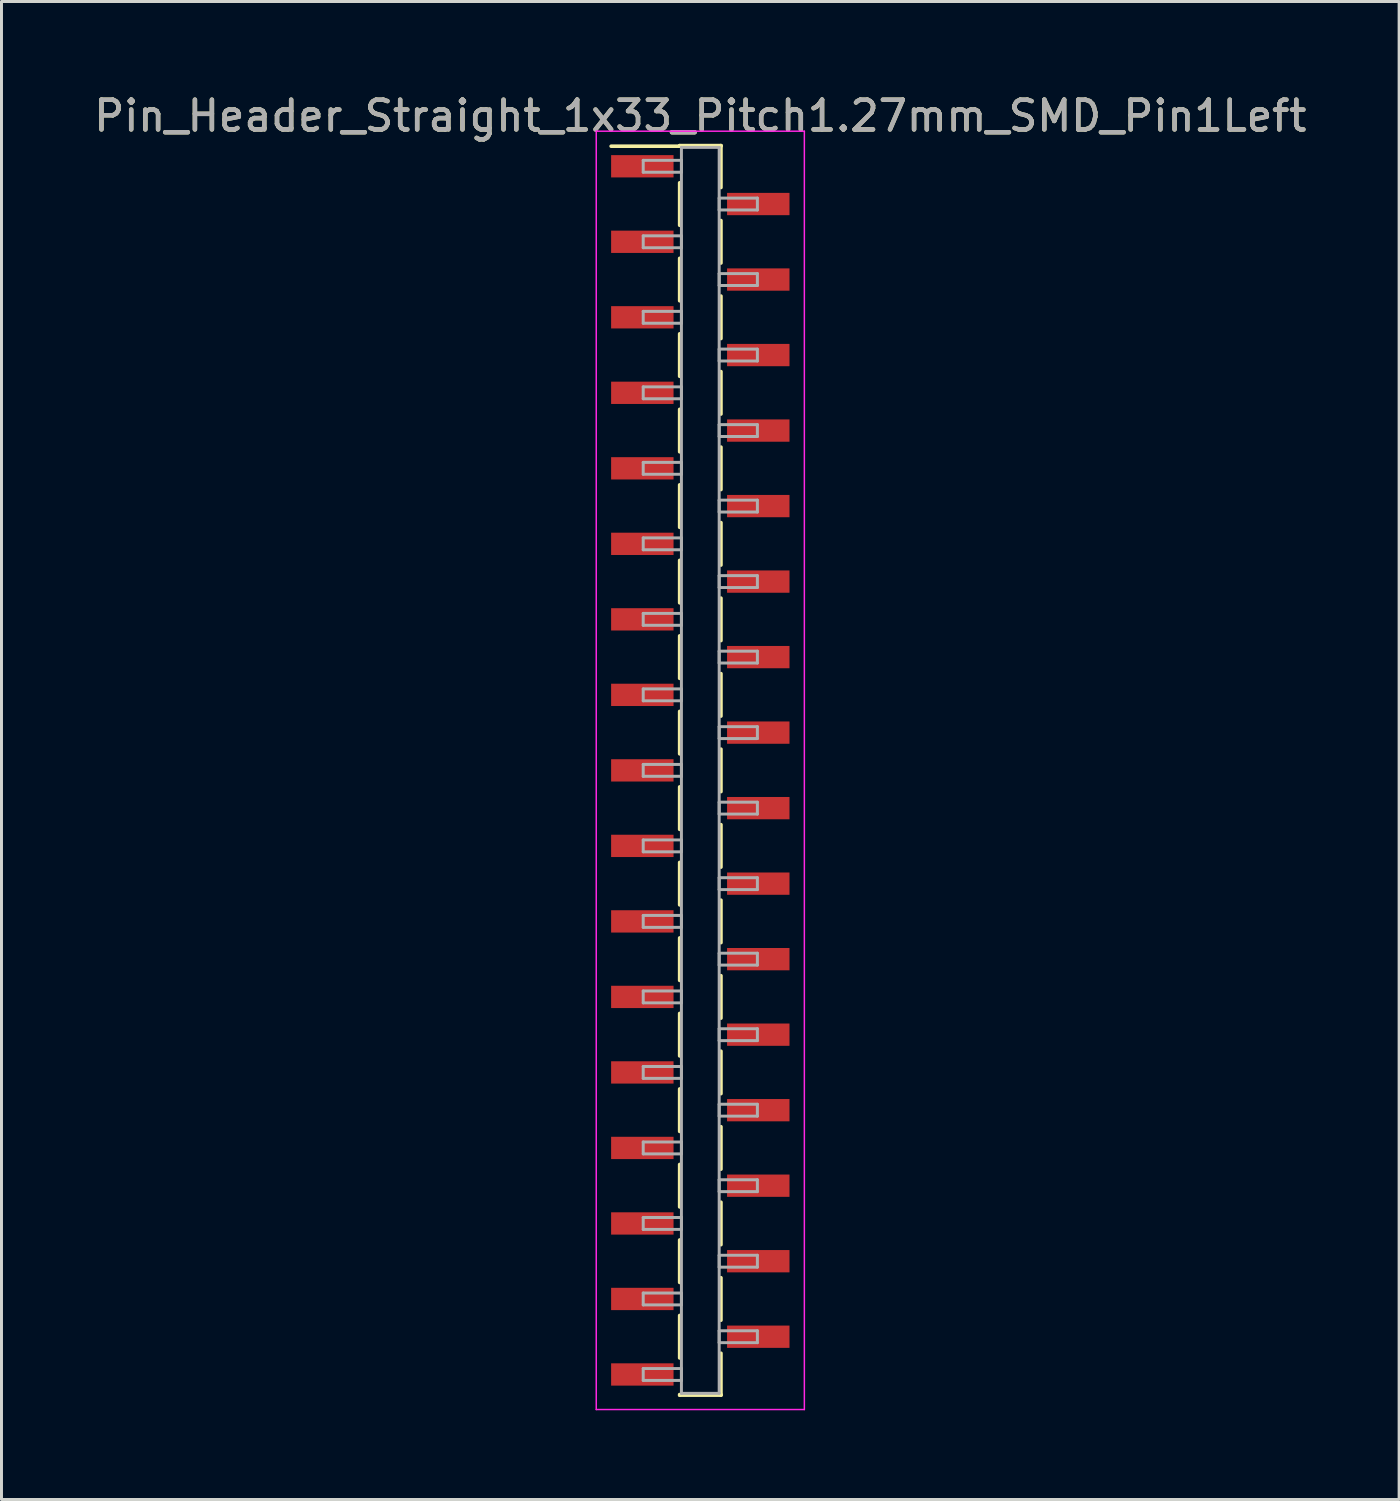
<source format=kicad_pcb>
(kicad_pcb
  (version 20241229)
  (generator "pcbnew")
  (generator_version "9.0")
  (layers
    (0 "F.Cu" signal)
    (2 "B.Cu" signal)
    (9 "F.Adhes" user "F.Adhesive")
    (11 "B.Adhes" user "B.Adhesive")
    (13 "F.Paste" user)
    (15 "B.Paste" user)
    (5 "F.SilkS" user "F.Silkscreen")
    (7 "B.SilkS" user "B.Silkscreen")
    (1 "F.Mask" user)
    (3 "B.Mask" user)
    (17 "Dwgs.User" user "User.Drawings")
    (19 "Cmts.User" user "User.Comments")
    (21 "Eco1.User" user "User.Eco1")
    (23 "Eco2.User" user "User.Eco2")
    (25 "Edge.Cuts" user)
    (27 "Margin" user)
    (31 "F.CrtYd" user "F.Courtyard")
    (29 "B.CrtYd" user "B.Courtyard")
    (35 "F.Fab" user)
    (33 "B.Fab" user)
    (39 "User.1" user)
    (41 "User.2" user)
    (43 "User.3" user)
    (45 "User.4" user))
  (footprint "Pin_Header_Straight_1x33_Pitch1.27mm_SMD_Pin1Left"
    (layer "F.Cu")
    (at 20.506 22.863)
    (property "Reference" "Pin_Header_Straight_1x33_Pitch1.27mm_SMD_Pin1Left" (at 0 -22.015 0) (layer "F.SilkS") (effects (font (size 1 1) (thickness 0.15))))
    (attr smd)
    (fp_line (start -0.695 -21.015) (end 0.695 -21.015) (stroke (width 0.12) (type solid)) (layer "F.SilkS"))
    (fp_line (start -0.695 -20.995) (end -3 -20.995) (stroke (width 0.12) (type solid)) (layer "F.SilkS"))
    (fp_line (start -0.695 -20.995) (end -0.695 -21.015) (stroke (width 0.12) (type solid)) (layer "F.SilkS"))
    (fp_line (start -0.695 -19.765) (end -0.695 -18.335) (stroke (width 0.12) (type solid)) (layer "F.SilkS"))
    (fp_line (start -0.695 -17.225) (end -0.695 -15.795) (stroke (width 0.12) (type solid)) (layer "F.SilkS"))
    (fp_line (start -0.695 -14.685) (end -0.695 -13.255) (stroke (width 0.12) (type solid)) (layer "F.SilkS"))
    (fp_line (start -0.695 -12.145) (end -0.695 -10.715) (stroke (width 0.12) (type solid)) (layer "F.SilkS"))
    (fp_line (start -0.695 -9.605) (end -0.695 -8.175) (stroke (width 0.12) (type solid)) (layer "F.SilkS"))
    (fp_line (start -0.695 -7.065) (end -0.695 -5.635) (stroke (width 0.12) (type solid)) (layer "F.SilkS"))
    (fp_line (start -0.695 -4.525) (end -0.695 -3.095) (stroke (width 0.12) (type solid)) (layer "F.SilkS"))
    (fp_line (start -0.695 -1.985) (end -0.695 -0.555) (stroke (width 0.12) (type solid)) (layer "F.SilkS"))
    (fp_line (start -0.695 0.555) (end -0.695 1.985) (stroke (width 0.12) (type solid)) (layer "F.SilkS"))
    (fp_line (start -0.695 3.095) (end -0.695 4.525) (stroke (width 0.12) (type solid)) (layer "F.SilkS"))
    (fp_line (start -0.695 5.635) (end -0.695 7.065) (stroke (width 0.12) (type solid)) (layer "F.SilkS"))
    (fp_line (start -0.695 8.175) (end -0.695 9.605) (stroke (width 0.12) (type solid)) (layer "F.SilkS"))
    (fp_line (start -0.695 10.715) (end -0.695 12.145) (stroke (width 0.12) (type solid)) (layer "F.SilkS"))
    (fp_line (start -0.695 13.255) (end -0.695 14.685) (stroke (width 0.12) (type solid)) (layer "F.SilkS"))
    (fp_line (start -0.695 15.795) (end -0.695 17.225) (stroke (width 0.12) (type solid)) (layer "F.SilkS"))
    (fp_line (start -0.695 18.335) (end -0.695 19.765) (stroke (width 0.12) (type solid)) (layer "F.SilkS"))
    (fp_line (start -0.695 20.995) (end -0.695 21.015) (stroke (width 0.12) (type solid)) (layer "F.SilkS"))
    (fp_line (start -0.695 21.015) (end 0.695 21.015) (stroke (width 0.12) (type solid)) (layer "F.SilkS"))
    (fp_line (start 0.695 -21.015) (end 0.695 -20.995) (stroke (width 0.12) (type solid)) (layer "F.SilkS"))
    (fp_line (start 0.695 -21.015) (end 0.695 -19.605) (stroke (width 0.12) (type solid)) (layer "F.SilkS"))
    (fp_line (start 0.695 -18.495) (end 0.695 -17.065) (stroke (width 0.12) (type solid)) (layer "F.SilkS"))
    (fp_line (start 0.695 -15.955) (end 0.695 -14.525) (stroke (width 0.12) (type solid)) (layer "F.SilkS"))
    (fp_line (start 0.695 -13.415) (end 0.695 -11.985) (stroke (width 0.12) (type solid)) (layer "F.SilkS"))
    (fp_line (start 0.695 -10.875) (end 0.695 -9.445) (stroke (width 0.12) (type solid)) (layer "F.SilkS"))
    (fp_line (start 0.695 -8.335) (end 0.695 -6.905) (stroke (width 0.12) (type solid)) (layer "F.SilkS"))
    (fp_line (start 0.695 -5.795) (end 0.695 -4.365) (stroke (width 0.12) (type solid)) (layer "F.SilkS"))
    (fp_line (start 0.695 -3.255) (end 0.695 -1.825) (stroke (width 0.12) (type solid)) (layer "F.SilkS"))
    (fp_line (start 0.695 -0.715) (end 0.695 0.715) (stroke (width 0.12) (type solid)) (layer "F.SilkS"))
    (fp_line (start 0.695 1.825) (end 0.695 3.255) (stroke (width 0.12) (type solid)) (layer "F.SilkS"))
    (fp_line (start 0.695 4.365) (end 0.695 5.795) (stroke (width 0.12) (type solid)) (layer "F.SilkS"))
    (fp_line (start 0.695 6.905) (end 0.695 8.335) (stroke (width 0.12) (type solid)) (layer "F.SilkS"))
    (fp_line (start 0.695 9.445) (end 0.695 10.875) (stroke (width 0.12) (type solid)) (layer "F.SilkS"))
    (fp_line (start 0.695 11.985) (end 0.695 13.415) (stroke (width 0.12) (type solid)) (layer "F.SilkS"))
    (fp_line (start 0.695 14.525) (end 0.695 15.955) (stroke (width 0.12) (type solid)) (layer "F.SilkS"))
    (fp_line (start 0.695 17.065) (end 0.695 18.495) (stroke (width 0.12) (type solid)) (layer "F.SilkS"))
    (fp_line (start 0.695 19.605) (end 0.695 21.015) (stroke (width 0.12) (type solid)) (layer "F.SilkS"))
    (fp_line (start 0.695 21.015) (end 0.695 20.995) (stroke (width 0.12) (type solid)) (layer "F.SilkS"))
    (fp_line (start -3.5 -21.5) (end -3.5 21.5) (stroke (width 0.05) (type solid)) (layer "F.CrtYd"))
    (fp_line (start -3.5 21.5) (end 3.5 21.5) (stroke (width 0.05) (type solid)) (layer "F.CrtYd"))
    (fp_line (start 3.5 -21.5) (end -3.5 -21.5) (stroke (width 0.05) (type solid)) (layer "F.CrtYd"))
    (fp_line (start 3.5 21.5) (end 3.5 -21.5) (stroke (width 0.05) (type solid)) (layer "F.CrtYd"))
    (fp_line (start -1.92 -20.52) (end -0.635 -20.52) (stroke (width 0.1) (type solid)) (layer "F.Fab"))
    (fp_line (start -1.92 -20.12) (end -1.92 -20.52) (stroke (width 0.1) (type solid)) (layer "F.Fab"))
    (fp_line (start -1.92 -17.98) (end -0.635 -17.98) (stroke (width 0.1) (type solid)) (layer "F.Fab"))
    (fp_line (start -1.92 -17.58) (end -1.92 -17.98) (stroke (width 0.1) (type solid)) (layer "F.Fab"))
    (fp_line (start -1.92 -15.44) (end -0.635 -15.44) (stroke (width 0.1) (type solid)) (layer "F.Fab"))
    (fp_line (start -1.92 -15.04) (end -1.92 -15.44) (stroke (width 0.1) (type solid)) (layer "F.Fab"))
    (fp_line (start -1.92 -12.9) (end -0.635 -12.9) (stroke (width 0.1) (type solid)) (layer "F.Fab"))
    (fp_line (start -1.92 -12.5) (end -1.92 -12.9) (stroke (width 0.1) (type solid)) (layer "F.Fab"))
    (fp_line (start -1.92 -10.36) (end -0.635 -10.36) (stroke (width 0.1) (type solid)) (layer "F.Fab"))
    (fp_line (start -1.92 -9.96) (end -1.92 -10.36) (stroke (width 0.1) (type solid)) (layer "F.Fab"))
    (fp_line (start -1.92 -7.82) (end -0.635 -7.82) (stroke (width 0.1) (type solid)) (layer "F.Fab"))
    (fp_line (start -1.92 -7.42) (end -1.92 -7.82) (stroke (width 0.1) (type solid)) (layer "F.Fab"))
    (fp_line (start -1.92 -5.28) (end -0.635 -5.28) (stroke (width 0.1) (type solid)) (layer "F.Fab"))
    (fp_line (start -1.92 -4.88) (end -1.92 -5.28) (stroke (width 0.1) (type solid)) (layer "F.Fab"))
    (fp_line (start -1.92 -2.74) (end -0.635 -2.74) (stroke (width 0.1) (type solid)) (layer "F.Fab"))
    (fp_line (start -1.92 -2.34) (end -1.92 -2.74) (stroke (width 0.1) (type solid)) (layer "F.Fab"))
    (fp_line (start -1.92 -0.2) (end -0.635 -0.2) (stroke (width 0.1) (type solid)) (layer "F.Fab"))
    (fp_line (start -1.92 0.2) (end -1.92 -0.2) (stroke (width 0.1) (type solid)) (layer "F.Fab"))
    (fp_line (start -1.92 2.34) (end -0.635 2.34) (stroke (width 0.1) (type solid)) (layer "F.Fab"))
    (fp_line (start -1.92 2.74) (end -1.92 2.34) (stroke (width 0.1) (type solid)) (layer "F.Fab"))
    (fp_line (start -1.92 4.88) (end -0.635 4.88) (stroke (width 0.1) (type solid)) (layer "F.Fab"))
    (fp_line (start -1.92 5.28) (end -1.92 4.88) (stroke (width 0.1) (type solid)) (layer "F.Fab"))
    (fp_line (start -1.92 7.42) (end -0.635 7.42) (stroke (width 0.1) (type solid)) (layer "F.Fab"))
    (fp_line (start -1.92 7.82) (end -1.92 7.42) (stroke (width 0.1) (type solid)) (layer "F.Fab"))
    (fp_line (start -1.92 9.96) (end -0.635 9.96) (stroke (width 0.1) (type solid)) (layer "F.Fab"))
    (fp_line (start -1.92 10.36) (end -1.92 9.96) (stroke (width 0.1) (type solid)) (layer "F.Fab"))
    (fp_line (start -1.92 12.5) (end -0.635 12.5) (stroke (width 0.1) (type solid)) (layer "F.Fab"))
    (fp_line (start -1.92 12.9) (end -1.92 12.5) (stroke (width 0.1) (type solid)) (layer "F.Fab"))
    (fp_line (start -1.92 15.04) (end -0.635 15.04) (stroke (width 0.1) (type solid)) (layer "F.Fab"))
    (fp_line (start -1.92 15.44) (end -1.92 15.04) (stroke (width 0.1) (type solid)) (layer "F.Fab"))
    (fp_line (start -1.92 17.58) (end -0.635 17.58) (stroke (width 0.1) (type solid)) (layer "F.Fab"))
    (fp_line (start -1.92 17.98) (end -1.92 17.58) (stroke (width 0.1) (type solid)) (layer "F.Fab"))
    (fp_line (start -1.92 20.12) (end -0.635 20.12) (stroke (width 0.1) (type solid)) (layer "F.Fab"))
    (fp_line (start -1.92 20.52) (end -1.92 20.12) (stroke (width 0.1) (type solid)) (layer "F.Fab"))
    (fp_line (start -0.635 -20.955) (end -0.635 20.955) (stroke (width 0.1) (type solid)) (layer "F.Fab"))
    (fp_line (start -0.635 -20.52) (end -0.635 -20.12) (stroke (width 0.1) (type solid)) (layer "F.Fab"))
    (fp_line (start -0.635 -20.12) (end -1.92 -20.12) (stroke (width 0.1) (type solid)) (layer "F.Fab"))
    (fp_line (start -0.635 -17.98) (end -0.635 -17.58) (stroke (width 0.1) (type solid)) (layer "F.Fab"))
    (fp_line (start -0.635 -17.58) (end -1.92 -17.58) (stroke (width 0.1) (type solid)) (layer "F.Fab"))
    (fp_line (start -0.635 -15.44) (end -0.635 -15.04) (stroke (width 0.1) (type solid)) (layer "F.Fab"))
    (fp_line (start -0.635 -15.04) (end -1.92 -15.04) (stroke (width 0.1) (type solid)) (layer "F.Fab"))
    (fp_line (start -0.635 -12.9) (end -0.635 -12.5) (stroke (width 0.1) (type solid)) (layer "F.Fab"))
    (fp_line (start -0.635 -12.5) (end -1.92 -12.5) (stroke (width 0.1) (type solid)) (layer "F.Fab"))
    (fp_line (start -0.635 -10.36) (end -0.635 -9.96) (stroke (width 0.1) (type solid)) (layer "F.Fab"))
    (fp_line (start -0.635 -9.96) (end -1.92 -9.96) (stroke (width 0.1) (type solid)) (layer "F.Fab"))
    (fp_line (start -0.635 -7.82) (end -0.635 -7.42) (stroke (width 0.1) (type solid)) (layer "F.Fab"))
    (fp_line (start -0.635 -7.42) (end -1.92 -7.42) (stroke (width 0.1) (type solid)) (layer "F.Fab"))
    (fp_line (start -0.635 -5.28) (end -0.635 -4.88) (stroke (width 0.1) (type solid)) (layer "F.Fab"))
    (fp_line (start -0.635 -4.88) (end -1.92 -4.88) (stroke (width 0.1) (type solid)) (layer "F.Fab"))
    (fp_line (start -0.635 -2.74) (end -0.635 -2.34) (stroke (width 0.1) (type solid)) (layer "F.Fab"))
    (fp_line (start -0.635 -2.34) (end -1.92 -2.34) (stroke (width 0.1) (type solid)) (layer "F.Fab"))
    (fp_line (start -0.635 -0.2) (end -0.635 0.2) (stroke (width 0.1) (type solid)) (layer "F.Fab"))
    (fp_line (start -0.635 0.2) (end -1.92 0.2) (stroke (width 0.1) (type solid)) (layer "F.Fab"))
    (fp_line (start -0.635 2.34) (end -0.635 2.74) (stroke (width 0.1) (type solid)) (layer "F.Fab"))
    (fp_line (start -0.635 2.74) (end -1.92 2.74) (stroke (width 0.1) (type solid)) (layer "F.Fab"))
    (fp_line (start -0.635 4.88) (end -0.635 5.28) (stroke (width 0.1) (type solid)) (layer "F.Fab"))
    (fp_line (start -0.635 5.28) (end -1.92 5.28) (stroke (width 0.1) (type solid)) (layer "F.Fab"))
    (fp_line (start -0.635 7.42) (end -0.635 7.82) (stroke (width 0.1) (type solid)) (layer "F.Fab"))
    (fp_line (start -0.635 7.82) (end -1.92 7.82) (stroke (width 0.1) (type solid)) (layer "F.Fab"))
    (fp_line (start -0.635 9.96) (end -0.635 10.36) (stroke (width 0.1) (type solid)) (layer "F.Fab"))
    (fp_line (start -0.635 10.36) (end -1.92 10.36) (stroke (width 0.1) (type solid)) (layer "F.Fab"))
    (fp_line (start -0.635 12.5) (end -0.635 12.9) (stroke (width 0.1) (type solid)) (layer "F.Fab"))
    (fp_line (start -0.635 12.9) (end -1.92 12.9) (stroke (width 0.1) (type solid)) (layer "F.Fab"))
    (fp_line (start -0.635 15.04) (end -0.635 15.44) (stroke (width 0.1) (type solid)) (layer "F.Fab"))
    (fp_line (start -0.635 15.44) (end -1.92 15.44) (stroke (width 0.1) (type solid)) (layer "F.Fab"))
    (fp_line (start -0.635 17.58) (end -0.635 17.98) (stroke (width 0.1) (type solid)) (layer "F.Fab"))
    (fp_line (start -0.635 17.98) (end -1.92 17.98) (stroke (width 0.1) (type solid)) (layer "F.Fab"))
    (fp_line (start -0.635 20.12) (end -0.635 20.52) (stroke (width 0.1) (type solid)) (layer "F.Fab"))
    (fp_line (start -0.635 20.52) (end -1.92 20.52) (stroke (width 0.1) (type solid)) (layer "F.Fab"))
    (fp_line (start -0.635 20.955) (end 0.635 20.955) (stroke (width 0.1) (type solid)) (layer "F.Fab"))
    (fp_line (start 0.635 -20.955) (end -0.635 -20.955) (stroke (width 0.1) (type solid)) (layer "F.Fab"))
    (fp_line (start 0.635 -19.25) (end 0.635 -18.85) (stroke (width 0.1) (type solid)) (layer "F.Fab"))
    (fp_line (start 0.635 -18.85) (end 1.92 -18.85) (stroke (width 0.1) (type solid)) (layer "F.Fab"))
    (fp_line (start 0.635 -16.71) (end 0.635 -16.31) (stroke (width 0.1) (type solid)) (layer "F.Fab"))
    (fp_line (start 0.635 -16.31) (end 1.92 -16.31) (stroke (width 0.1) (type solid)) (layer "F.Fab"))
    (fp_line (start 0.635 -14.17) (end 0.635 -13.77) (stroke (width 0.1) (type solid)) (layer "F.Fab"))
    (fp_line (start 0.635 -13.77) (end 1.92 -13.77) (stroke (width 0.1) (type solid)) (layer "F.Fab"))
    (fp_line (start 0.635 -11.63) (end 0.635 -11.23) (stroke (width 0.1) (type solid)) (layer "F.Fab"))
    (fp_line (start 0.635 -11.23) (end 1.92 -11.23) (stroke (width 0.1) (type solid)) (layer "F.Fab"))
    (fp_line (start 0.635 -9.09) (end 0.635 -8.69) (stroke (width 0.1) (type solid)) (layer "F.Fab"))
    (fp_line (start 0.635 -8.69) (end 1.92 -8.69) (stroke (width 0.1) (type solid)) (layer "F.Fab"))
    (fp_line (start 0.635 -6.55) (end 0.635 -6.15) (stroke (width 0.1) (type solid)) (layer "F.Fab"))
    (fp_line (start 0.635 -6.15) (end 1.92 -6.15) (stroke (width 0.1) (type solid)) (layer "F.Fab"))
    (fp_line (start 0.635 -4.01) (end 0.635 -3.61) (stroke (width 0.1) (type solid)) (layer "F.Fab"))
    (fp_line (start 0.635 -3.61) (end 1.92 -3.61) (stroke (width 0.1) (type solid)) (layer "F.Fab"))
    (fp_line (start 0.635 -1.47) (end 0.635 -1.07) (stroke (width 0.1) (type solid)) (layer "F.Fab"))
    (fp_line (start 0.635 -1.07) (end 1.92 -1.07) (stroke (width 0.1) (type solid)) (layer "F.Fab"))
    (fp_line (start 0.635 1.07) (end 0.635 1.47) (stroke (width 0.1) (type solid)) (layer "F.Fab"))
    (fp_line (start 0.635 1.47) (end 1.92 1.47) (stroke (width 0.1) (type solid)) (layer "F.Fab"))
    (fp_line (start 0.635 3.61) (end 0.635 4.01) (stroke (width 0.1) (type solid)) (layer "F.Fab"))
    (fp_line (start 0.635 4.01) (end 1.92 4.01) (stroke (width 0.1) (type solid)) (layer "F.Fab"))
    (fp_line (start 0.635 6.15) (end 0.635 6.55) (stroke (width 0.1) (type solid)) (layer "F.Fab"))
    (fp_line (start 0.635 6.55) (end 1.92 6.55) (stroke (width 0.1) (type solid)) (layer "F.Fab"))
    (fp_line (start 0.635 8.69) (end 0.635 9.09) (stroke (width 0.1) (type solid)) (layer "F.Fab"))
    (fp_line (start 0.635 9.09) (end 1.92 9.09) (stroke (width 0.1) (type solid)) (layer "F.Fab"))
    (fp_line (start 0.635 11.23) (end 0.635 11.63) (stroke (width 0.1) (type solid)) (layer "F.Fab"))
    (fp_line (start 0.635 11.63) (end 1.92 11.63) (stroke (width 0.1) (type solid)) (layer "F.Fab"))
    (fp_line (start 0.635 13.77) (end 0.635 14.17) (stroke (width 0.1) (type solid)) (layer "F.Fab"))
    (fp_line (start 0.635 14.17) (end 1.92 14.17) (stroke (width 0.1) (type solid)) (layer "F.Fab"))
    (fp_line (start 0.635 16.31) (end 0.635 16.71) (stroke (width 0.1) (type solid)) (layer "F.Fab"))
    (fp_line (start 0.635 16.71) (end 1.92 16.71) (stroke (width 0.1) (type solid)) (layer "F.Fab"))
    (fp_line (start 0.635 18.85) (end 0.635 19.25) (stroke (width 0.1) (type solid)) (layer "F.Fab"))
    (fp_line (start 0.635 19.25) (end 1.92 19.25) (stroke (width 0.1) (type solid)) (layer "F.Fab"))
    (fp_line (start 0.635 20.955) (end 0.635 -20.955) (stroke (width 0.1) (type solid)) (layer "F.Fab"))
    (fp_line (start 1.92 -19.25) (end 0.635 -19.25) (stroke (width 0.1) (type solid)) (layer "F.Fab"))
    (fp_line (start 1.92 -18.85) (end 1.92 -19.25) (stroke (width 0.1) (type solid)) (layer "F.Fab"))
    (fp_line (start 1.92 -16.71) (end 0.635 -16.71) (stroke (width 0.1) (type solid)) (layer "F.Fab"))
    (fp_line (start 1.92 -16.31) (end 1.92 -16.71) (stroke (width 0.1) (type solid)) (layer "F.Fab"))
    (fp_line (start 1.92 -14.17) (end 0.635 -14.17) (stroke (width 0.1) (type solid)) (layer "F.Fab"))
    (fp_line (start 1.92 -13.77) (end 1.92 -14.17) (stroke (width 0.1) (type solid)) (layer "F.Fab"))
    (fp_line (start 1.92 -11.63) (end 0.635 -11.63) (stroke (width 0.1) (type solid)) (layer "F.Fab"))
    (fp_line (start 1.92 -11.23) (end 1.92 -11.63) (stroke (width 0.1) (type solid)) (layer "F.Fab"))
    (fp_line (start 1.92 -9.09) (end 0.635 -9.09) (stroke (width 0.1) (type solid)) (layer "F.Fab"))
    (fp_line (start 1.92 -8.69) (end 1.92 -9.09) (stroke (width 0.1) (type solid)) (layer "F.Fab"))
    (fp_line (start 1.92 -6.55) (end 0.635 -6.55) (stroke (width 0.1) (type solid)) (layer "F.Fab"))
    (fp_line (start 1.92 -6.15) (end 1.92 -6.55) (stroke (width 0.1) (type solid)) (layer "F.Fab"))
    (fp_line (start 1.92 -4.01) (end 0.635 -4.01) (stroke (width 0.1) (type solid)) (layer "F.Fab"))
    (fp_line (start 1.92 -3.61) (end 1.92 -4.01) (stroke (width 0.1) (type solid)) (layer "F.Fab"))
    (fp_line (start 1.92 -1.47) (end 0.635 -1.47) (stroke (width 0.1) (type solid)) (layer "F.Fab"))
    (fp_line (start 1.92 -1.07) (end 1.92 -1.47) (stroke (width 0.1) (type solid)) (layer "F.Fab"))
    (fp_line (start 1.92 1.07) (end 0.635 1.07) (stroke (width 0.1) (type solid)) (layer "F.Fab"))
    (fp_line (start 1.92 1.47) (end 1.92 1.07) (stroke (width 0.1) (type solid)) (layer "F.Fab"))
    (fp_line (start 1.92 3.61) (end 0.635 3.61) (stroke (width 0.1) (type solid)) (layer "F.Fab"))
    (fp_line (start 1.92 4.01) (end 1.92 3.61) (stroke (width 0.1) (type solid)) (layer "F.Fab"))
    (fp_line (start 1.92 6.15) (end 0.635 6.15) (stroke (width 0.1) (type solid)) (layer "F.Fab"))
    (fp_line (start 1.92 6.55) (end 1.92 6.15) (stroke (width 0.1) (type solid)) (layer "F.Fab"))
    (fp_line (start 1.92 8.69) (end 0.635 8.69) (stroke (width 0.1) (type solid)) (layer "F.Fab"))
    (fp_line (start 1.92 9.09) (end 1.92 8.69) (stroke (width 0.1) (type solid)) (layer "F.Fab"))
    (fp_line (start 1.92 11.23) (end 0.635 11.23) (stroke (width 0.1) (type solid)) (layer "F.Fab"))
    (fp_line (start 1.92 11.63) (end 1.92 11.23) (stroke (width 0.1) (type solid)) (layer "F.Fab"))
    (fp_line (start 1.92 13.77) (end 0.635 13.77) (stroke (width 0.1) (type solid)) (layer "F.Fab"))
    (fp_line (start 1.92 14.17) (end 1.92 13.77) (stroke (width 0.1) (type solid)) (layer "F.Fab"))
    (fp_line (start 1.92 16.31) (end 0.635 16.31) (stroke (width 0.1) (type solid)) (layer "F.Fab"))
    (fp_line (start 1.92 16.71) (end 1.92 16.31) (stroke (width 0.1) (type solid)) (layer "F.Fab"))
    (fp_line (start 1.92 18.85) (end 0.635 18.85) (stroke (width 0.1) (type solid)) (layer "F.Fab"))
    (fp_line (start 1.92 19.25) (end 1.92 18.85) (stroke (width 0.1) (type solid)) (layer "F.Fab"))
    (fp_text user "${REFERENCE}" (at 0 -22.015 0) (layer "F.Fab") (effects (font (size 1 1) (thickness 0.15))))
    (pad "1" smd rect (at -1.95 -20.32) (size 2.1 0.75) (layers "F.Cu" "F.Mask" "F.Paste"))
    (pad "2" smd rect (at 1.95 -19.05) (size 2.1 0.75) (layers "F.Cu" "F.Mask" "F.Paste"))
    (pad "3" smd rect (at -1.95 -17.78) (size 2.1 0.75) (layers "F.Cu" "F.Mask" "F.Paste"))
    (pad "4" smd rect (at 1.95 -16.51) (size 2.1 0.75) (layers "F.Cu" "F.Mask" "F.Paste"))
    (pad "5" smd rect (at -1.95 -15.24) (size 2.1 0.75) (layers "F.Cu" "F.Mask" "F.Paste"))
    (pad "6" smd rect (at 1.95 -13.97) (size 2.1 0.75) (layers "F.Cu" "F.Mask" "F.Paste"))
    (pad "7" smd rect (at -1.95 -12.7) (size 2.1 0.75) (layers "F.Cu" "F.Mask" "F.Paste"))
    (pad "8" smd rect (at 1.95 -11.43) (size 2.1 0.75) (layers "F.Cu" "F.Mask" "F.Paste"))
    (pad "9" smd rect (at -1.95 -10.16) (size 2.1 0.75) (layers "F.Cu" "F.Mask" "F.Paste"))
    (pad "10" smd rect (at 1.95 -8.89) (size 2.1 0.75) (layers "F.Cu" "F.Mask" "F.Paste"))
    (pad "11" smd rect (at -1.95 -7.62) (size 2.1 0.75) (layers "F.Cu" "F.Mask" "F.Paste"))
    (pad "12" smd rect (at 1.95 -6.35) (size 2.1 0.75) (layers "F.Cu" "F.Mask" "F.Paste"))
    (pad "13" smd rect (at -1.95 -5.08) (size 2.1 0.75) (layers "F.Cu" "F.Mask" "F.Paste"))
    (pad "14" smd rect (at 1.95 -3.81) (size 2.1 0.75) (layers "F.Cu" "F.Mask" "F.Paste"))
    (pad "15" smd rect (at -1.95 -2.54) (size 2.1 0.75) (layers "F.Cu" "F.Mask" "F.Paste"))
    (pad "16" smd rect (at 1.95 -1.27) (size 2.1 0.75) (layers "F.Cu" "F.Mask" "F.Paste"))
    (pad "17" smd rect (at -1.95 0) (size 2.1 0.75) (layers "F.Cu" "F.Mask" "F.Paste"))
    (pad "18" smd rect (at 1.95 1.27) (size 2.1 0.75) (layers "F.Cu" "F.Mask" "F.Paste"))
    (pad "19" smd rect (at -1.95 2.54) (size 2.1 0.75) (layers "F.Cu" "F.Mask" "F.Paste"))
    (pad "20" smd rect (at 1.95 3.81) (size 2.1 0.75) (layers "F.Cu" "F.Mask" "F.Paste"))
    (pad "21" smd rect (at -1.95 5.08) (size 2.1 0.75) (layers "F.Cu" "F.Mask" "F.Paste"))
    (pad "22" smd rect (at 1.95 6.35) (size 2.1 0.75) (layers "F.Cu" "F.Mask" "F.Paste"))
    (pad "23" smd rect (at -1.95 7.62) (size 2.1 0.75) (layers "F.Cu" "F.Mask" "F.Paste"))
    (pad "24" smd rect (at 1.95 8.89) (size 2.1 0.75) (layers "F.Cu" "F.Mask" "F.Paste"))
    (pad "25" smd rect (at -1.95 10.16) (size 2.1 0.75) (layers "F.Cu" "F.Mask" "F.Paste"))
    (pad "26" smd rect (at 1.95 11.43) (size 2.1 0.75) (layers "F.Cu" "F.Mask" "F.Paste"))
    (pad "27" smd rect (at -1.95 12.7) (size 2.1 0.75) (layers "F.Cu" "F.Mask" "F.Paste"))
    (pad "28" smd rect (at 1.95 13.97) (size 2.1 0.75) (layers "F.Cu" "F.Mask" "F.Paste"))
    (pad "29" smd rect (at -1.95 15.24) (size 2.1 0.75) (layers "F.Cu" "F.Mask" "F.Paste"))
    (pad "30" smd rect (at 1.95 16.51) (size 2.1 0.75) (layers "F.Cu" "F.Mask" "F.Paste"))
    (pad "31" smd rect (at -1.95 17.78) (size 2.1 0.75) (layers "F.Cu" "F.Mask" "F.Paste"))
    (pad "32" smd rect (at 1.95 19.05) (size 2.1 0.75) (layers "F.Cu" "F.Mask" "F.Paste"))
    (pad "33" smd rect (at -1.95 20.32) (size 2.1 0.75) (layers "F.Cu" "F.Mask" "F.Paste")))
  (gr_rect
    (start -3 -3)
    (end 44.012 47.388)
    (stroke (width 0.1) (type default))
    (fill no)
    (layer "Edge.Cuts")))
</source>
